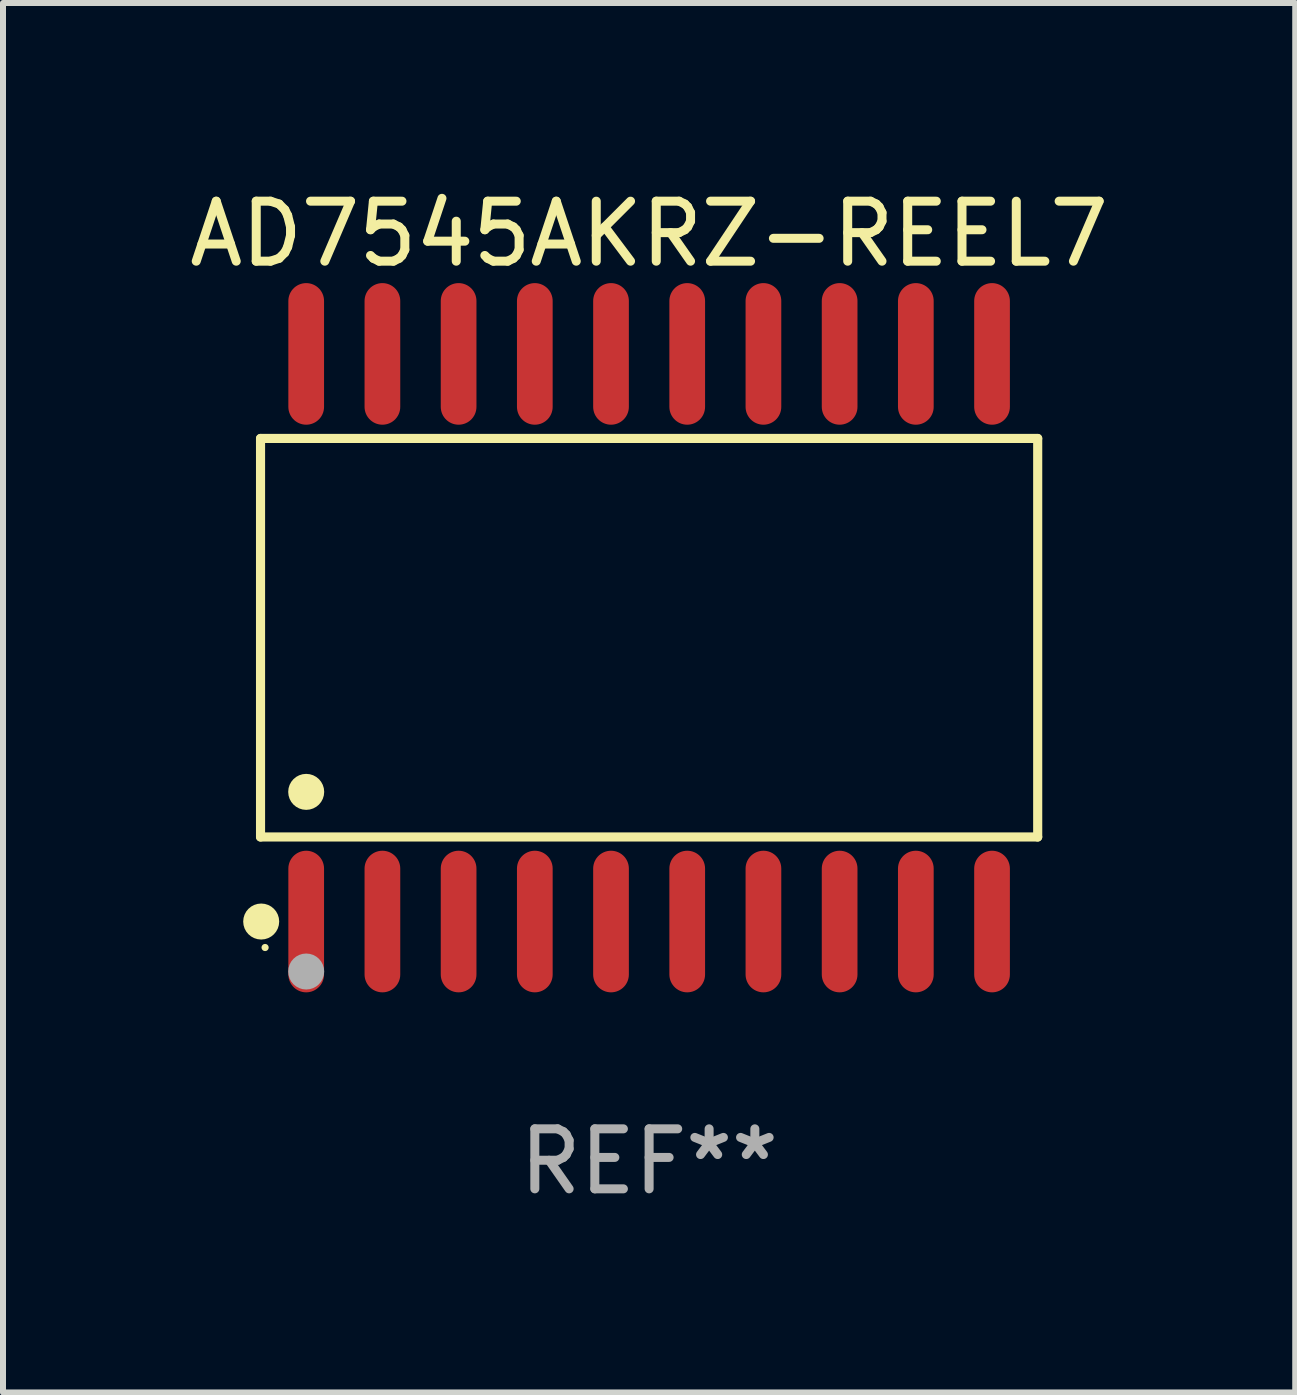
<source format=kicad_pcb>
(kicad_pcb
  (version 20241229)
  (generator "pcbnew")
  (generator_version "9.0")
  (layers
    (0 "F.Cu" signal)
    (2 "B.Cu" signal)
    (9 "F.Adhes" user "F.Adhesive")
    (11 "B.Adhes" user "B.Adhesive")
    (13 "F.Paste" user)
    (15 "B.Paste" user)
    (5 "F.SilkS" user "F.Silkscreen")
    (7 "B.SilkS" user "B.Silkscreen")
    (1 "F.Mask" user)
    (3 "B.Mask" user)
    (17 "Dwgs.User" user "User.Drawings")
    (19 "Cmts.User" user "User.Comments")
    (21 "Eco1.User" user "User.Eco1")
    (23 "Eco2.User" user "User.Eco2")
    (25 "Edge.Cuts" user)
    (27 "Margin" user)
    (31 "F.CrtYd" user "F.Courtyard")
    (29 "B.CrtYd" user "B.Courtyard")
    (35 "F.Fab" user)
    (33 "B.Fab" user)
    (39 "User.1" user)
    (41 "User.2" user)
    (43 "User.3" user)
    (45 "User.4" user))
  (footprint "AD7545AKRZ-REEL7"
    (layer "F.Cu")
    (at 7.768 7.578)
    (property "Reference" "AD7545AKRZ-REEL7" (at 0 -6.73 0) (layer "F.SilkS") (effects (font (size 1 1) (thickness 0.15))))
    (attr through_hole)
    (fp_line (start -6.476 -3.321) (end 6.476 -3.321) (stroke (width 0.152) (type solid)) (layer "F.SilkS"))
    (fp_line (start -6.476 3.321) (end -6.476 -3.321) (stroke (width 0.152) (type solid)) (layer "F.SilkS"))
    (fp_line (start 6.476 -3.321) (end 6.476 3.321) (stroke (width 0.152) (type solid)) (layer "F.SilkS"))
    (fp_line (start 6.476 3.321) (end -6.476 3.321) (stroke (width 0.152) (type solid)) (layer "F.SilkS"))
    (fp_circle (center -6.465 4.73) (end -6.315 4.73) (stroke (width 0.3) (type solid)) (fill no) (layer "F.SilkS"))
    (fp_circle (center -6.4 5.163) (end -6.37 5.163) (stroke (width 0.06) (type solid)) (fill no) (layer "F.SilkS"))
    (fp_circle (center -5.715 2.569) (end -5.565 2.569) (stroke (width 0.3) (type solid)) (fill no) (layer "F.SilkS"))
    (fp_circle (center -5.715 5.563) (end -5.565 5.563) (stroke (width 0.3) (type solid)) (fill no) (layer "F.Fab"))
    (fp_text user "REF**" (at 0 8.73 0) (layer "F.Fab") (effects (font (size 1 1) (thickness 0.15))))
    (pad "1" smd oval (at -5.715 4.73) (size 0.595 2.36) (layers "F.Cu" "F.Mask" "F.Paste"))
    (pad "2" smd oval (at -4.445 4.73) (size 0.595 2.36) (layers "F.Cu" "F.Mask" "F.Paste"))
    (pad "3" smd oval (at -3.175 4.73) (size 0.595 2.36) (layers "F.Cu" "F.Mask" "F.Paste"))
    (pad "4" smd oval (at -1.905 4.73) (size 0.595 2.36) (layers "F.Cu" "F.Mask" "F.Paste"))
    (pad "5" smd oval (at -0.635 4.73) (size 0.595 2.36) (layers "F.Cu" "F.Mask" "F.Paste"))
    (pad "6" smd oval (at 0.635 4.73) (size 0.595 2.36) (layers "F.Cu" "F.Mask" "F.Paste"))
    (pad "7" smd oval (at 1.905 4.73) (size 0.595 2.36) (layers "F.Cu" "F.Mask" "F.Paste"))
    (pad "8" smd oval (at 3.175 4.73) (size 0.595 2.36) (layers "F.Cu" "F.Mask" "F.Paste"))
    (pad "9" smd oval (at 4.445 4.73) (size 0.595 2.36) (layers "F.Cu" "F.Mask" "F.Paste"))
    (pad "10" smd oval (at 5.715 4.73) (size 0.595 2.36) (layers "F.Cu" "F.Mask" "F.Paste"))
    (pad "11" smd oval (at 5.715 -4.73) (size 0.595 2.36) (layers "F.Cu" "F.Mask" "F.Paste"))
    (pad "12" smd oval (at 4.445 -4.73) (size 0.595 2.36) (layers "F.Cu" "F.Mask" "F.Paste"))
    (pad "13" smd oval (at 3.175 -4.73) (size 0.595 2.36) (layers "F.Cu" "F.Mask" "F.Paste"))
    (pad "14" smd oval (at 1.905 -4.73) (size 0.595 2.36) (layers "F.Cu" "F.Mask" "F.Paste"))
    (pad "15" smd oval (at 0.635 -4.73) (size 0.595 2.36) (layers "F.Cu" "F.Mask" "F.Paste"))
    (pad "16" smd oval (at -0.635 -4.73) (size 0.595 2.36) (layers "F.Cu" "F.Mask" "F.Paste"))
    (pad "17" smd oval (at -1.905 -4.73) (size 0.595 2.36) (layers "F.Cu" "F.Mask" "F.Paste"))
    (pad "18" smd oval (at -3.175 -4.73) (size 0.595 2.36) (layers "F.Cu" "F.Mask" "F.Paste"))
    (pad "19" smd oval (at -4.445 -4.73) (size 0.595 2.36) (layers "F.Cu" "F.Mask" "F.Paste"))
    (pad "20" smd oval (at -5.715 -4.73) (size 0.595 2.36) (layers "F.Cu" "F.Mask" "F.Paste")))
  (gr_rect
    (start -3 -3)
    (end 18.536 20.156)
    (stroke (width 0.1) (type default))
    (fill no)
    (layer "Edge.Cuts")))
</source>
